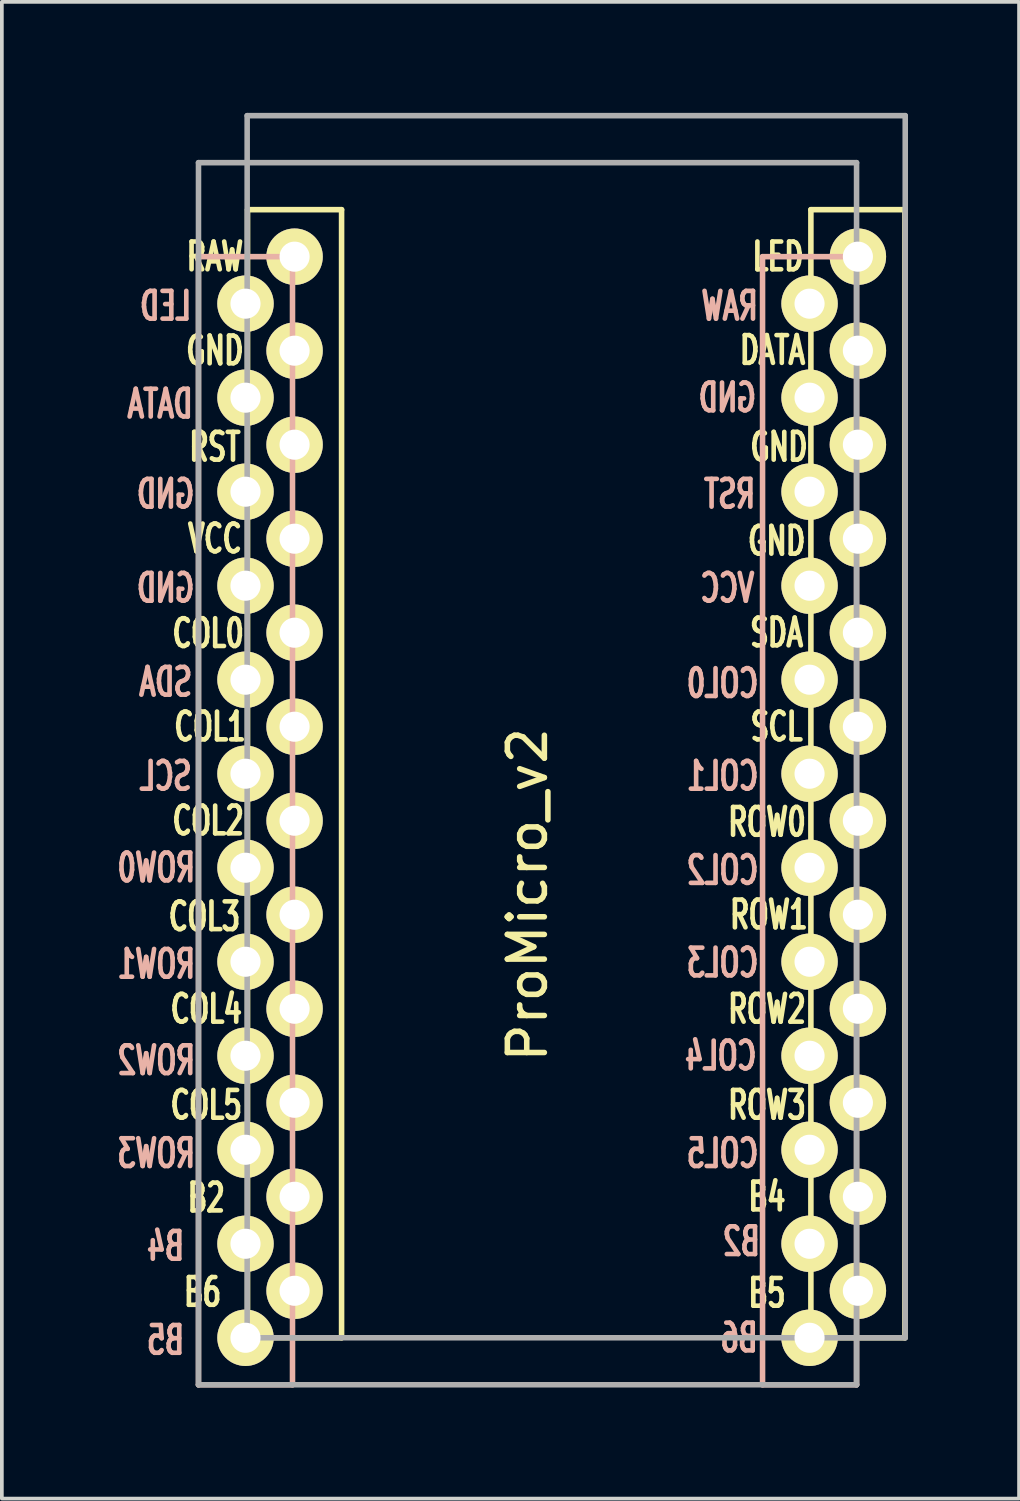
<source format=kicad_pcb>
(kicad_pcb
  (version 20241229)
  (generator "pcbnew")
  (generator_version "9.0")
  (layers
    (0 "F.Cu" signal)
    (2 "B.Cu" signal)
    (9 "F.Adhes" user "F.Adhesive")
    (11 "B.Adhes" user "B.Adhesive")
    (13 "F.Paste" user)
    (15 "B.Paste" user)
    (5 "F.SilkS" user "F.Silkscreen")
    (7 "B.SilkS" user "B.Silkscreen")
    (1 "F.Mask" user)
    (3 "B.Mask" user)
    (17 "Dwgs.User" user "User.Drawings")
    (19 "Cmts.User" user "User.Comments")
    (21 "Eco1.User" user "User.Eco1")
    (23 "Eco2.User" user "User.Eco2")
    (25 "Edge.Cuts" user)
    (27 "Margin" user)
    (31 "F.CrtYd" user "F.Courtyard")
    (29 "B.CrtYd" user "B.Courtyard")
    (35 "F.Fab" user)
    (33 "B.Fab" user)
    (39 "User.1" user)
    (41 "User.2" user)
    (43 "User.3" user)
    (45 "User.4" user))
  (footprint "ProMicro_v2"
    (layer "F.Cu")
    (at 12.473 18.363)
    (property "Reference" "ProMicro_v2" (at -1.27 2.762 270) (layer "F.SilkS") (effects (font (size 1 1) (thickness 0.15))))
    (attr through_hole)
    (fp_line (start -8.834 -15.748) (end -6.294 -15.748) (stroke (width 0.15) (type solid)) (layer "F.SilkS"))
    (fp_line (start -8.834 14.732) (end -8.834 -15.748) (stroke (width 0.15) (type solid)) (layer "F.SilkS"))
    (fp_line (start -6.294 -15.748) (end -6.294 14.732) (stroke (width 0.15) (type solid)) (layer "F.SilkS"))
    (fp_line (start -6.294 14.732) (end -8.834 14.732) (stroke (width 0.15) (type solid)) (layer "F.SilkS"))
    (fp_line (start 6.386 -15.748) (end 8.926 -15.748) (stroke (width 0.15) (type solid)) (layer "F.SilkS"))
    (fp_line (start 6.386 14.732) (end 6.386 -15.748) (stroke (width 0.15) (type solid)) (layer "F.SilkS"))
    (fp_line (start 8.926 -15.748) (end 8.926 14.732) (stroke (width 0.15) (type solid)) (layer "F.SilkS"))
    (fp_line (start 8.926 14.732) (end 6.386 14.732) (stroke (width 0.15) (type solid)) (layer "F.SilkS"))
    (fp_line (start -10.16 -14.478) (end -7.62 -14.478) (stroke (width 0.15) (type solid)) (layer "B.SilkS"))
    (fp_line (start -10.16 16.002) (end -10.16 -14.478) (stroke (width 0.15) (type solid)) (layer "B.SilkS"))
    (fp_line (start -7.62 -14.478) (end -7.62 16.002) (stroke (width 0.15) (type solid)) (layer "B.SilkS"))
    (fp_line (start -7.62 16.002) (end -10.16 16.002) (stroke (width 0.15) (type solid)) (layer "B.SilkS"))
    (fp_line (start 5.08 -14.478) (end 7.62 -14.478) (stroke (width 0.15) (type solid)) (layer "B.SilkS"))
    (fp_line (start 5.08 16.002) (end 5.08 -14.478) (stroke (width 0.15) (type solid)) (layer "B.SilkS"))
    (fp_line (start 7.62 -14.478) (end 7.62 16.002) (stroke (width 0.15) (type solid)) (layer "B.SilkS"))
    (fp_line (start 7.62 16.002) (end 5.08 16.002) (stroke (width 0.15) (type solid)) (layer "B.SilkS"))
    (fp_line (start -10.16 -17.018) (end 7.62 -17.018) (stroke (width 0.15) (type solid)) (layer "F.Fab"))
    (fp_line (start -10.16 16.002) (end -10.16 -17.018) (stroke (width 0.15) (type solid)) (layer "F.Fab"))
    (fp_line (start -8.845 -18.288) (end 8.935 -18.288) (stroke (width 0.15) (type solid)) (layer "F.Fab"))
    (fp_line (start -8.845 14.732) (end -8.845 -18.288) (stroke (width 0.15) (type solid)) (layer "F.Fab"))
    (fp_line (start 7.62 -17.018) (end 7.62 16.002) (stroke (width 0.15) (type solid)) (layer "F.Fab"))
    (fp_line (start 7.62 16.002) (end -10.16 16.002) (stroke (width 0.15) (type solid)) (layer "F.Fab"))
    (fp_line (start 8.935 -18.288) (end 8.935 14.732) (stroke (width 0.15) (type solid)) (layer "F.Fab"))
    (fp_line (start 8.935 14.732) (end -8.845 14.732) (stroke (width 0.15) (type solid)) (layer "F.Fab"))
    (fp_text user "ROW1" (at 5.25 3.302 0) (layer "F.SilkS") (effects (font (size 0.75 0.5) (thickness 0.125))))
    (fp_text user "VCC" (at -9.716 -6.858 0) (layer "F.SilkS") (effects (font (size 0.75 0.5) (thickness 0.125))))
    (fp_text user "SDA" (at 5.461 -4.318 0) (layer "F.SilkS") (effects (font (size 0.75 0.5) (thickness 0.125))))
    (fp_text user "" (at -0.5 -17.25 0) (layer "F.SilkS") (effects (font (size 1 1) (thickness 0.15))))
    (fp_text user "GND" (at -9.716 -11.938 0) (layer "F.SilkS") (effects (font (size 0.75 0.5) (thickness 0.125))))
    (fp_text user "COL4" (at -9.95 5.85 0) (layer "F.SilkS") (effects (font (size 0.75 0.5) (thickness 0.125))))
    (fp_text user "COL0" (at -9.9 -4.3 0) (layer "F.SilkS") (effects (font (size 0.75 0.5) (thickness 0.125))))
    (fp_text user "RAW" (at -9.716 -14.478 0) (layer "F.SilkS") (effects (font (size 0.75 0.5) (thickness 0.125))))
    (fp_text user "GND" (at 5.524 -9.335 0) (layer "F.SilkS") (effects (font (size 0.75 0.5) (thickness 0.125))))
    (fp_text user "RST" (at -9.716 -9.335 0) (layer "F.SilkS") (effects (font (size 0.75 0.5) (thickness 0.125))))
    (fp_text user "B6" (at -10.05 13.5 0) (layer "F.SilkS") (effects (font (size 0.75 0.5) (thickness 0.125))))
    (fp_text user "ROW3" (at 5.2 8.445 0) (layer "F.SilkS") (effects (font (size 0.75 0.5) (thickness 0.125))))
    (fp_text user "B2" (at -9.95 10.95 0) (layer "F.SilkS") (effects (font (size 0.75 0.5) (thickness 0.125))))
    (fp_text user "ROW0" (at 5.2 0.8 0) (layer "F.SilkS") (effects (font (size 0.75 0.5) (thickness 0.125))))
    (fp_text user "COL2" (at -9.9 0.762 0) (layer "F.SilkS") (effects (font (size 0.75 0.5) (thickness 0.125))))
    (fp_text user "DATA" (at 5.35 -11.95 0) (layer "F.SilkS") (effects (font (size 0.75 0.5) (thickness 0.125))))
    (fp_text user "B5" (at 5.2 13.525 0) (layer "F.SilkS") (effects (font (size 0.75 0.5) (thickness 0.125))))
    (fp_text user "SCL" (at 5.461 -1.778 0) (layer "F.SilkS") (effects (font (size 0.75 0.5) (thickness 0.125))))
    (fp_text user "ROW2" (at 5.2 5.85 0) (layer "F.SilkS") (effects (font (size 0.75 0.5) (thickness 0.125))))
    (fp_text user "B4" (at 5.2 10.922 0) (layer "F.SilkS") (effects (font (size 0.75 0.5) (thickness 0.125))))
    (fp_text user "COL1" (at -9.85 -1.778 0) (layer "F.SilkS") (effects (font (size 0.75 0.5) (thickness 0.125))))
    (fp_text user "GND" (at 5.461 -6.795 0) (layer "F.SilkS") (effects (font (size 0.75 0.5) (thickness 0.125))))
    (fp_text user "COL3" (at -10 3.35 0) (layer "F.SilkS") (effects (font (size 0.75 0.5) (thickness 0.125))))
    (fp_text user "LED" (at 5.5 -14.478 0) (layer "F.SilkS") (effects (font (size 0.75 0.5) (thickness 0.125))))
    (fp_text user "COL5" (at -9.95 8.445 0) (layer "F.SilkS") (effects (font (size 0.75 0.5) (thickness 0.125))))
    (fp_text user "" (at -1.206 -16.256 0) (layer "B.SilkS") (effects (font (size 1 1) (thickness 0.15)) (justify mirror)))
    (fp_text user "COL0" (at 4 -2.95 0) (layer "B.SilkS") (effects (font (size 0.75 0.5) (thickness 0.125)) (justify mirror)))
    (fp_text user "DATA" (at -11.2 -10.5 0) (layer "B.SilkS") (effects (font (size 0.75 0.5) (thickness 0.125)) (justify mirror)))
    (fp_text user "VCC" (at 4.128 -5.524 0) (layer "B.SilkS") (effects (font (size 0.75 0.5) (thickness 0.125)) (justify mirror)))
    (fp_text user "ROW2" (at -11.3 7.239 0) (layer "B.SilkS") (effects (font (size 0.75 0.5) (thickness 0.125)) (justify mirror)))
    (fp_text user "ROW1" (at -11.3 4.636 0) (layer "B.SilkS") (effects (font (size 0.75 0.5) (thickness 0.125)) (justify mirror)))
    (fp_text user "SCL" (at -11.049 -0.445 0) (layer "B.SilkS") (effects (font (size 0.75 0.5) (thickness 0.125)) (justify mirror)))
    (fp_text user "COL1" (at 4 -0.445 0) (layer "B.SilkS") (effects (font (size 0.75 0.5) (thickness 0.125)) (justify mirror)))
    (fp_text user "GND" (at -11.049 -8.065 0) (layer "B.SilkS") (effects (font (size 0.75 0.5) (thickness 0.125)) (justify mirror)))
    (fp_text user "RAW" (at 4.191 -13.145 0) (layer "B.SilkS") (effects (font (size 0.75 0.5) (thickness 0.125)) (justify mirror)))
    (fp_text user "COL3" (at 4 4.6 0) (layer "B.SilkS") (effects (font (size 0.75 0.5) (thickness 0.125)) (justify mirror)))
    (fp_text user "B2" (at 4.508 12.129 0) (layer "B.SilkS") (effects (font (size 0.75 0.5) (thickness 0.125)) (justify mirror)))
    (fp_text user "LED" (at -11.049 -13.145 0) (layer "B.SilkS") (effects (font (size 0.75 0.5) (thickness 0.125)) (justify mirror)))
    (fp_text user "B4" (at -11.049 12.255 0) (layer "B.SilkS") (effects (font (size 0.75 0.5) (thickness 0.125)) (justify mirror)))
    (fp_text user "B6" (at 4.445 14.732 0) (layer "B.SilkS") (effects (font (size 0.75 0.5) (thickness 0.125)) (justify mirror)))
    (fp_text user "COL2" (at 4 2.1 0) (layer "B.SilkS") (effects (font (size 0.75 0.5) (thickness 0.125)) (justify mirror)))
    (fp_text user "B5" (at -11.049 14.796 0) (layer "B.SilkS") (effects (font (size 0.75 0.5) (thickness 0.125)) (justify mirror)))
    (fp_text user "GND" (at -11.049 -5.524 0) (layer "B.SilkS") (effects (font (size 0.75 0.5) (thickness 0.125)) (justify mirror)))
    (fp_text user "GND" (at 4.128 -10.668 0) (layer "B.SilkS") (effects (font (size 0.75 0.5) (thickness 0.125)) (justify mirror)))
    (fp_text user "COL4" (at 3.95 7.112 0) (layer "B.SilkS") (effects (font (size 0.75 0.5) (thickness 0.125)) (justify mirror)))
    (fp_text user "ROW3" (at -11.3 9.75 0) (layer "B.SilkS") (effects (font (size 0.75 0.5) (thickness 0.125)) (justify mirror)))
    (fp_text user "RST" (at 4.191 -8.065 0) (layer "B.SilkS") (effects (font (size 0.75 0.5) (thickness 0.125)) (justify mirror)))
    (fp_text user "ROW0" (at -11.3 2.032 0) (layer "B.SilkS") (effects (font (size 0.75 0.5) (thickness 0.125)) (justify mirror)))
    (fp_text user "SDA" (at -11.049 -2.985 0) (layer "B.SilkS") (effects (font (size 0.75 0.5) (thickness 0.125)) (justify mirror)))
    (fp_text user "COL5" (at 4 9.75 0) (layer "B.SilkS") (effects (font (size 0.75 0.5) (thickness 0.125)) (justify mirror)))
    (pad "1" thru_hole circle (at -8.89 -13.208) (size 1.524 1.524) (drill 0.813) (layers "*.Cu" "*.Mask" "F.SilkS"))
    (pad "1" thru_hole circle (at 7.656 -14.478) (size 1.524 1.524) (drill 0.813) (layers "*.Cu" "*.Mask" "F.SilkS"))
    (pad "2" thru_hole circle (at -8.89 -10.668) (size 1.524 1.524) (drill 0.813) (layers "*.Cu" "*.Mask" "F.SilkS"))
    (pad "2" thru_hole circle (at 7.656 -11.938) (size 1.524 1.524) (drill 0.813) (layers "*.Cu" "*.Mask" "F.SilkS"))
    (pad "3" thru_hole circle (at -8.89 -8.128) (size 1.524 1.524) (drill 0.813) (layers "*.Cu" "*.Mask" "F.SilkS"))
    (pad "3" thru_hole circle (at 7.656 -9.398) (size 1.524 1.524) (drill 0.813) (layers "*.Cu" "*.Mask" "F.SilkS"))
    (pad "4" thru_hole circle (at -8.89 -5.588) (size 1.524 1.524) (drill 0.813) (layers "*.Cu" "*.Mask" "F.SilkS"))
    (pad "4" thru_hole circle (at 7.656 -6.858) (size 1.524 1.524) (drill 0.813) (layers "*.Cu" "*.Mask" "F.SilkS"))
    (pad "5" thru_hole circle (at -8.89 -3.048) (size 1.524 1.524) (drill 0.813) (layers "*.Cu" "*.Mask" "F.SilkS"))
    (pad "5" thru_hole circle (at 7.656 -4.318) (size 1.524 1.524) (drill 0.813) (layers "*.Cu" "*.Mask" "F.SilkS"))
    (pad "6" thru_hole circle (at -8.89 -0.508) (size 1.524 1.524) (drill 0.813) (layers "*.Cu" "*.Mask" "F.SilkS"))
    (pad "6" thru_hole circle (at 7.656 -1.778) (size 1.524 1.524) (drill 0.813) (layers "*.Cu" "*.Mask" "F.SilkS"))
    (pad "7" thru_hole circle (at -8.89 2.032) (size 1.524 1.524) (drill 0.813) (layers "*.Cu" "*.Mask" "F.SilkS"))
    (pad "7" thru_hole circle (at 7.656 0.762) (size 1.524 1.524) (drill 0.813) (layers "*.Cu" "*.Mask" "F.SilkS"))
    (pad "8" thru_hole circle (at -8.89 4.572) (size 1.524 1.524) (drill 0.813) (layers "*.Cu" "*.Mask" "F.SilkS"))
    (pad "8" thru_hole circle (at 7.656 3.302) (size 1.524 1.524) (drill 0.813) (layers "*.Cu" "*.Mask" "F.SilkS"))
    (pad "9" thru_hole circle (at -8.89 7.112) (size 1.524 1.524) (drill 0.813) (layers "*.Cu" "*.Mask" "F.SilkS"))
    (pad "9" thru_hole circle (at 7.656 5.842) (size 1.524 1.524) (drill 0.813) (layers "*.Cu" "*.Mask" "F.SilkS"))
    (pad "10" thru_hole circle (at -8.89 9.652) (size 1.524 1.524) (drill 0.813) (layers "*.Cu" "*.Mask" "F.SilkS"))
    (pad "10" thru_hole circle (at 7.656 8.382) (size 1.524 1.524) (drill 0.813) (layers "*.Cu" "*.Mask" "F.SilkS"))
    (pad "11" thru_hole circle (at -8.89 12.192) (size 1.524 1.524) (drill 0.813) (layers "*.Cu" "*.Mask" "F.SilkS"))
    (pad "11" thru_hole circle (at 7.656 10.922) (size 1.524 1.524) (drill 0.813) (layers "*.Cu" "*.Mask" "F.SilkS"))
    (pad "12" thru_hole circle (at -8.89 14.732) (size 1.524 1.524) (drill 0.813) (layers "*.Cu" "*.Mask" "F.SilkS"))
    (pad "12" thru_hole circle (at 7.656 13.462) (size 1.524 1.524) (drill 0.813) (layers "*.Cu" "*.Mask" "F.SilkS"))
    (pad "13" thru_hole circle (at -7.564 13.462) (size 1.524 1.524) (drill 0.813) (layers "*.Cu" "*.Mask" "F.SilkS"))
    (pad "13" thru_hole circle (at 6.35 14.732) (size 1.524 1.524) (drill 0.813) (layers "*.Cu" "*.Mask" "F.SilkS"))
    (pad "14" thru_hole circle (at -7.564 10.922) (size 1.524 1.524) (drill 0.813) (layers "*.Cu" "*.Mask" "F.SilkS"))
    (pad "14" thru_hole circle (at 6.35 12.192) (size 1.524 1.524) (drill 0.813) (layers "*.Cu" "*.Mask" "F.SilkS"))
    (pad "15" thru_hole circle (at -7.564 8.382) (size 1.524 1.524) (drill 0.813) (layers "*.Cu" "*.Mask" "F.SilkS"))
    (pad "15" thru_hole circle (at 6.35 9.652) (size 1.524 1.524) (drill 0.813) (layers "*.Cu" "*.Mask" "F.SilkS"))
    (pad "16" thru_hole circle (at -7.564 5.842) (size 1.524 1.524) (drill 0.813) (layers "*.Cu" "*.Mask" "F.SilkS"))
    (pad "16" thru_hole circle (at 6.35 7.112) (size 1.524 1.524) (drill 0.813) (layers "*.Cu" "*.Mask" "F.SilkS"))
    (pad "17" thru_hole circle (at -7.564 3.302) (size 1.524 1.524) (drill 0.813) (layers "*.Cu" "*.Mask" "F.SilkS"))
    (pad "17" thru_hole circle (at 6.35 4.572) (size 1.524 1.524) (drill 0.813) (layers "*.Cu" "*.Mask" "F.SilkS"))
    (pad "18" thru_hole circle (at -7.564 0.762) (size 1.524 1.524) (drill 0.813) (layers "*.Cu" "*.Mask" "F.SilkS"))
    (pad "18" thru_hole circle (at 6.35 2.032) (size 1.524 1.524) (drill 0.813) (layers "*.Cu" "*.Mask" "F.SilkS"))
    (pad "19" thru_hole circle (at -7.564 -1.778) (size 1.524 1.524) (drill 0.813) (layers "*.Cu" "*.Mask" "F.SilkS"))
    (pad "19" thru_hole circle (at 6.35 -0.508) (size 1.524 1.524) (drill 0.813) (layers "*.Cu" "*.Mask" "F.SilkS"))
    (pad "20" thru_hole circle (at -7.564 -4.318) (size 1.524 1.524) (drill 0.813) (layers "*.Cu" "*.Mask" "F.SilkS"))
    (pad "20" thru_hole circle (at 6.35 -3.048) (size 1.524 1.524) (drill 0.813) (layers "*.Cu" "*.Mask" "F.SilkS"))
    (pad "21" thru_hole circle (at -7.564 -6.858) (size 1.524 1.524) (drill 0.813) (layers "*.Cu" "*.Mask" "F.SilkS"))
    (pad "21" thru_hole circle (at 6.35 -5.588) (size 1.524 1.524) (drill 0.813) (layers "*.Cu" "*.Mask" "F.SilkS"))
    (pad "22" thru_hole circle (at -7.564 -9.398) (size 1.524 1.524) (drill 0.813) (layers "*.Cu" "*.Mask" "F.SilkS"))
    (pad "22" thru_hole circle (at 6.35 -8.128) (size 1.524 1.524) (drill 0.813) (layers "*.Cu" "*.Mask" "F.SilkS"))
    (pad "23" thru_hole circle (at -7.564 -11.938) (size 1.524 1.524) (drill 0.813) (layers "*.Cu" "*.Mask" "F.SilkS"))
    (pad "23" thru_hole circle (at 6.35 -10.668) (size 1.524 1.524) (drill 0.813) (layers "*.Cu" "*.Mask" "F.SilkS"))
    (pad "24" thru_hole circle (at -7.564 -14.478) (size 1.524 1.524) (drill 0.813) (layers "*.Cu" "*.Mask" "F.SilkS"))
    (pad "24" thru_hole circle (at 6.35 -13.208) (size 1.524 1.524) (drill 0.813) (layers "*.Cu" "*.Mask" "F.SilkS")))
  (gr_rect
    (start -3 -3)
    (end 24.483 37.44)
    (stroke (width 0.1) (type default))
    (fill no)
    (layer "Edge.Cuts")))
</source>
